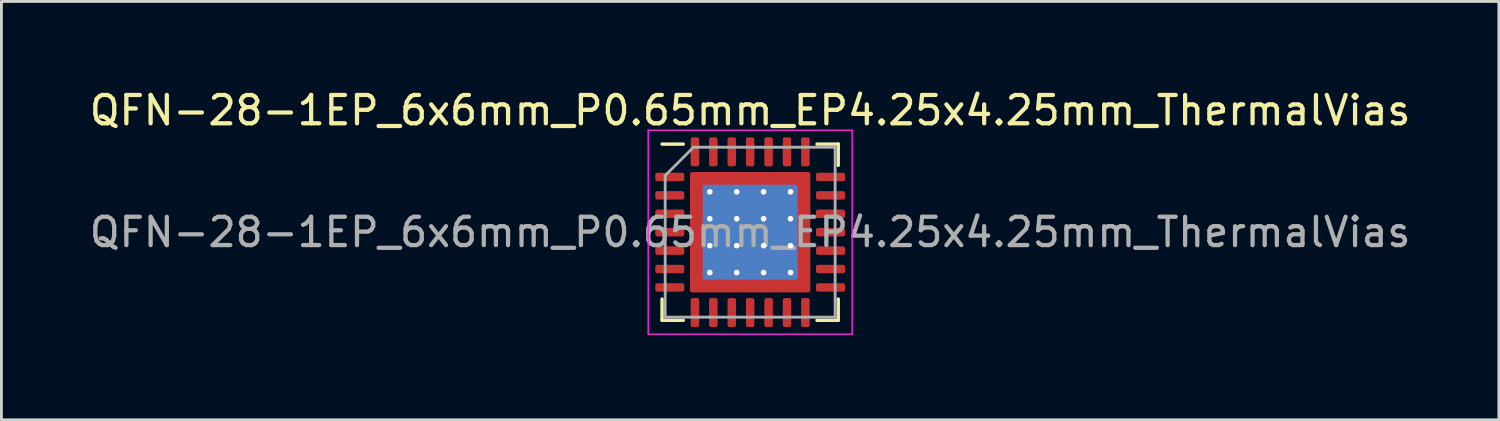
<source format=kicad_pcb>
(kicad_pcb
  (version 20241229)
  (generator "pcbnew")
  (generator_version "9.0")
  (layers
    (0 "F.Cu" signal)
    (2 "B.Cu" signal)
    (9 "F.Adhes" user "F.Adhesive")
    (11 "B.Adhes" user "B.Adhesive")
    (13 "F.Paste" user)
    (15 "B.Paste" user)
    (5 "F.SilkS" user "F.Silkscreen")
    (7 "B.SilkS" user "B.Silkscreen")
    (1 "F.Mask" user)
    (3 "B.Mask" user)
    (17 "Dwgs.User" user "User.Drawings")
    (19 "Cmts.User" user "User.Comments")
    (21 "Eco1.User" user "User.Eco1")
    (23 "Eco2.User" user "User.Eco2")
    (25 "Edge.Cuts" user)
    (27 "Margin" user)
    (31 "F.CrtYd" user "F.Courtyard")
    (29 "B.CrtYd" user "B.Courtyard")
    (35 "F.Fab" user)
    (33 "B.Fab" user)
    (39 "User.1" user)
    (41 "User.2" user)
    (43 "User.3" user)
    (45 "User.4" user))
  (footprint "QFN-28-1EP_6x6mm_P0.65mm_EP4.25x4.25mm_ThermalVias"
    (layer "F.Cu")
    (at 23.435 5.148)
    (property "Reference" "QFN-28-1EP_6x6mm_P0.65mm_EP4.25x4.25mm_ThermalVias" (at 0 -4.3 0) (layer "F.SilkS") (effects (font (size 1 1) (thickness 0.15))))
    (attr smd)
    (fp_line (start -3.11 3.11) (end -3.11 2.36) (stroke (width 0.12) (type solid)) (layer "F.SilkS"))
    (fp_line (start -2.36 -3.11) (end -3.11 -3.11) (stroke (width 0.12) (type solid)) (layer "F.SilkS"))
    (fp_line (start -2.36 3.11) (end -3.11 3.11) (stroke (width 0.12) (type solid)) (layer "F.SilkS"))
    (fp_line (start 2.36 -3.11) (end 3.11 -3.11) (stroke (width 0.12) (type solid)) (layer "F.SilkS"))
    (fp_line (start 2.36 3.11) (end 3.11 3.11) (stroke (width 0.12) (type solid)) (layer "F.SilkS"))
    (fp_line (start 3.11 -3.11) (end 3.11 -2.36) (stroke (width 0.12) (type solid)) (layer "F.SilkS"))
    (fp_line (start 3.11 3.11) (end 3.11 2.36) (stroke (width 0.12) (type solid)) (layer "F.SilkS"))
    (fp_line (start -3.6 -3.6) (end -3.6 3.6) (stroke (width 0.05) (type solid)) (layer "F.CrtYd"))
    (fp_line (start -3.6 3.6) (end 3.6 3.6) (stroke (width 0.05) (type solid)) (layer "F.CrtYd"))
    (fp_line (start 3.6 -3.6) (end -3.6 -3.6) (stroke (width 0.05) (type solid)) (layer "F.CrtYd"))
    (fp_line (start 3.6 3.6) (end 3.6 -3.6) (stroke (width 0.05) (type solid)) (layer "F.CrtYd"))
    (fp_line (start -3 -2) (end -2 -3) (stroke (width 0.1) (type solid)) (layer "F.Fab"))
    (fp_line (start -3 3) (end -3 -2) (stroke (width 0.1) (type solid)) (layer "F.Fab"))
    (fp_line (start -2 -3) (end 3 -3) (stroke (width 0.1) (type solid)) (layer "F.Fab"))
    (fp_line (start 3 -3) (end 3 3) (stroke (width 0.1) (type solid)) (layer "F.Fab"))
    (fp_line (start 3 3) (end -3 3) (stroke (width 0.1) (type solid)) (layer "F.Fab"))
    (fp_text user "${REFERENCE}" (at 0 0 0) (layer "F.Fab") (effects (font (size 1 1) (thickness 0.15))))
    (pad "" smd custom (at -1.775 -1.775) (size 0.46 0.46) (layers "F.Paste") (options (anchor circle)) (primitives (gr_poly (pts (xy -0.282 -0.282) (xy 0.282 -0.282) (xy 0.282 0.135) (xy 0.135 0.282) (xy -0.282 0.282)) (width 0) (fill yes))))
    (pad "" smd custom (at -1.775 -0.95) (size 0.477 0.477) (layers "F.Paste") (options (anchor circle)) (primitives (gr_poly (pts (xy -0.282 -0.383) (xy 0.159 -0.383) (xy 0.282 -0.26) (xy 0.282 0.26) (xy 0.159 0.383) (xy -0.282 0.383)) (width 0) (fill yes))))
    (pad "" smd custom (at -1.775 0) (size 0.477 0.477) (layers "F.Paste") (options (anchor circle)) (primitives (gr_poly (pts (xy -0.282 -0.383) (xy 0.159 -0.383) (xy 0.282 -0.26) (xy 0.282 0.26) (xy 0.159 0.383) (xy -0.282 0.383)) (width 0) (fill yes))))
    (pad "" smd custom (at -1.775 0.95) (size 0.477 0.477) (layers "F.Paste") (options (anchor circle)) (primitives (gr_poly (pts (xy -0.282 -0.383) (xy 0.159 -0.383) (xy 0.282 -0.26) (xy 0.282 0.26) (xy 0.159 0.383) (xy -0.282 0.383)) (width 0) (fill yes))))
    (pad "" smd custom (at -1.775 1.775) (size 0.46 0.46) (layers "F.Paste") (options (anchor circle)) (primitives (gr_poly (pts (xy -0.282 -0.282) (xy 0.135 -0.282) (xy 0.282 -0.135) (xy 0.282 0.282) (xy -0.282 0.282)) (width 0) (fill yes))))
    (pad "" smd custom (at -0.95 -1.775) (size 0.477 0.477) (layers "F.Paste") (options (anchor circle)) (primitives (gr_poly (pts (xy -0.383 -0.282) (xy 0.383 -0.282) (xy 0.383 0.159) (xy 0.26 0.282) (xy -0.26 0.282) (xy -0.383 0.159)) (width 0) (fill yes))))
    (pad "" smd custom (at -0.95 -0.95) (size 0.696 0.696) (layers "F.Paste") (options (anchor circle)) (primitives (gr_poly (pts (xy -0.383 -0.284) (xy -0.284 -0.383) (xy 0.284 -0.383) (xy 0.383 -0.284) (xy 0.383 0.284) (xy 0.284 0.383) (xy -0.284 0.383) (xy -0.383 0.284)) (width 0) (fill yes))))
    (pad "" smd custom (at -0.95 0) (size 0.696 0.696) (layers "F.Paste") (options (anchor circle)) (primitives (gr_poly (pts (xy -0.383 -0.284) (xy -0.284 -0.383) (xy 0.284 -0.383) (xy 0.383 -0.284) (xy 0.383 0.284) (xy 0.284 0.383) (xy -0.284 0.383) (xy -0.383 0.284)) (width 0) (fill yes))))
    (pad "" smd custom (at -0.95 0.95) (size 0.696 0.696) (layers "F.Paste") (options (anchor circle)) (primitives (gr_poly (pts (xy -0.383 -0.284) (xy -0.284 -0.383) (xy 0.284 -0.383) (xy 0.383 -0.284) (xy 0.383 0.284) (xy 0.284 0.383) (xy -0.284 0.383) (xy -0.383 0.284)) (width 0) (fill yes))))
    (pad "" smd custom (at -0.95 1.775) (size 0.477 0.477) (layers "F.Paste") (options (anchor circle)) (primitives (gr_poly (pts (xy -0.383 -0.159) (xy -0.26 -0.282) (xy 0.26 -0.282) (xy 0.383 -0.159) (xy 0.383 0.282) (xy -0.383 0.282)) (width 0) (fill yes))))
    (pad "" smd custom (at 0 -1.775) (size 0.477 0.477) (layers "F.Paste") (options (anchor circle)) (primitives (gr_poly (pts (xy -0.383 -0.282) (xy 0.383 -0.282) (xy 0.383 0.159) (xy 0.26 0.282) (xy -0.26 0.282) (xy -0.383 0.159)) (width 0) (fill yes))))
    (pad "" smd custom (at 0 -0.95) (size 0.696 0.696) (layers "F.Paste") (options (anchor circle)) (primitives (gr_poly (pts (xy -0.383 -0.284) (xy -0.284 -0.383) (xy 0.284 -0.383) (xy 0.383 -0.284) (xy 0.383 0.284) (xy 0.284 0.383) (xy -0.284 0.383) (xy -0.383 0.284)) (width 0) (fill yes))))
    (pad "" smd custom (at 0 0) (size 0.696 0.696) (layers "F.Paste") (options (anchor circle)) (primitives (gr_poly (pts (xy -0.383 -0.284) (xy -0.284 -0.383) (xy 0.284 -0.383) (xy 0.383 -0.284) (xy 0.383 0.284) (xy 0.284 0.383) (xy -0.284 0.383) (xy -0.383 0.284)) (width 0) (fill yes))))
    (pad "" smd custom (at 0 0.95) (size 0.696 0.696) (layers "F.Paste") (options (anchor circle)) (primitives (gr_poly (pts (xy -0.383 -0.284) (xy -0.284 -0.383) (xy 0.284 -0.383) (xy 0.383 -0.284) (xy 0.383 0.284) (xy 0.284 0.383) (xy -0.284 0.383) (xy -0.383 0.284)) (width 0) (fill yes))))
    (pad "" smd custom (at 0 1.775) (size 0.477 0.477) (layers "F.Paste") (options (anchor circle)) (primitives (gr_poly (pts (xy -0.383 -0.159) (xy -0.26 -0.282) (xy 0.26 -0.282) (xy 0.383 -0.159) (xy 0.383 0.282) (xy -0.383 0.282)) (width 0) (fill yes))))
    (pad "" smd custom (at 0.95 -1.775) (size 0.477 0.477) (layers "F.Paste") (options (anchor circle)) (primitives (gr_poly (pts (xy -0.383 -0.282) (xy 0.383 -0.282) (xy 0.383 0.159) (xy 0.26 0.282) (xy -0.26 0.282) (xy -0.383 0.159)) (width 0) (fill yes))))
    (pad "" smd custom (at 0.95 -0.95) (size 0.696 0.696) (layers "F.Paste") (options (anchor circle)) (primitives (gr_poly (pts (xy -0.383 -0.284) (xy -0.284 -0.383) (xy 0.284 -0.383) (xy 0.383 -0.284) (xy 0.383 0.284) (xy 0.284 0.383) (xy -0.284 0.383) (xy -0.383 0.284)) (width 0) (fill yes))))
    (pad "" smd custom (at 0.95 0) (size 0.696 0.696) (layers "F.Paste") (options (anchor circle)) (primitives (gr_poly (pts (xy -0.383 -0.284) (xy -0.284 -0.383) (xy 0.284 -0.383) (xy 0.383 -0.284) (xy 0.383 0.284) (xy 0.284 0.383) (xy -0.284 0.383) (xy -0.383 0.284)) (width 0) (fill yes))))
    (pad "" smd custom (at 0.95 0.95) (size 0.696 0.696) (layers "F.Paste") (options (anchor circle)) (primitives (gr_poly (pts (xy -0.383 -0.284) (xy -0.284 -0.383) (xy 0.284 -0.383) (xy 0.383 -0.284) (xy 0.383 0.284) (xy 0.284 0.383) (xy -0.284 0.383) (xy -0.383 0.284)) (width 0) (fill yes))))
    (pad "" smd custom (at 0.95 1.775) (size 0.477 0.477) (layers "F.Paste") (options (anchor circle)) (primitives (gr_poly (pts (xy -0.383 -0.159) (xy -0.26 -0.282) (xy 0.26 -0.282) (xy 0.383 -0.159) (xy 0.383 0.282) (xy -0.383 0.282)) (width 0) (fill yes))))
    (pad "" smd custom (at 1.775 -1.775) (size 0.46 0.46) (layers "F.Paste") (options (anchor circle)) (primitives (gr_poly (pts (xy -0.282 -0.282) (xy 0.282 -0.282) (xy 0.282 0.282) (xy -0.135 0.282) (xy -0.282 0.135)) (width 0) (fill yes))))
    (pad "" smd custom (at 1.775 -0.95) (size 0.477 0.477) (layers "F.Paste") (options (anchor circle)) (primitives (gr_poly (pts (xy -0.282 -0.26) (xy -0.159 -0.383) (xy 0.282 -0.383) (xy 0.282 0.383) (xy -0.159 0.383) (xy -0.282 0.26)) (width 0) (fill yes))))
    (pad "" smd custom (at 1.775 0) (size 0.477 0.477) (layers "F.Paste") (options (anchor circle)) (primitives (gr_poly (pts (xy -0.282 -0.26) (xy -0.159 -0.383) (xy 0.282 -0.383) (xy 0.282 0.383) (xy -0.159 0.383) (xy -0.282 0.26)) (width 0) (fill yes))))
    (pad "" smd custom (at 1.775 0.95) (size 0.477 0.477) (layers "F.Paste") (options (anchor circle)) (primitives (gr_poly (pts (xy -0.282 -0.26) (xy -0.159 -0.383) (xy 0.282 -0.383) (xy 0.282 0.383) (xy -0.159 0.383) (xy -0.282 0.26)) (width 0) (fill yes))))
    (pad "" smd custom (at 1.775 1.775) (size 0.46 0.46) (layers "F.Paste") (options (anchor circle)) (primitives (gr_poly (pts (xy -0.282 -0.135) (xy -0.135 -0.282) (xy 0.282 -0.282) (xy 0.282 0.282) (xy -0.282 0.282)) (width 0) (fill yes))))
    (pad "1" smd roundrect (at -2.837 -1.95) (size 1.025 0.3) (layers "F.Cu" "F.Mask" "F.Paste") (roundrect_rratio 0.25))
    (pad "2" smd roundrect (at -2.837 -1.3) (size 1.025 0.3) (layers "F.Cu" "F.Mask" "F.Paste") (roundrect_rratio 0.25))
    (pad "3" smd roundrect (at -2.837 -0.65) (size 1.025 0.3) (layers "F.Cu" "F.Mask" "F.Paste") (roundrect_rratio 0.25))
    (pad "4" smd roundrect (at -2.837 0) (size 1.025 0.3) (layers "F.Cu" "F.Mask" "F.Paste") (roundrect_rratio 0.25))
    (pad "5" smd roundrect (at -2.837 0.65) (size 1.025 0.3) (layers "F.Cu" "F.Mask" "F.Paste") (roundrect_rratio 0.25))
    (pad "6" smd roundrect (at -2.837 1.3) (size 1.025 0.3) (layers "F.Cu" "F.Mask" "F.Paste") (roundrect_rratio 0.25))
    (pad "7" smd roundrect (at -2.837 1.95) (size 1.025 0.3) (layers "F.Cu" "F.Mask" "F.Paste") (roundrect_rratio 0.25))
    (pad "8" smd roundrect (at -1.95 2.837) (size 0.3 1.025) (layers "F.Cu" "F.Mask" "F.Paste") (roundrect_rratio 0.25))
    (pad "9" smd roundrect (at -1.3 2.837) (size 0.3 1.025) (layers "F.Cu" "F.Mask" "F.Paste") (roundrect_rratio 0.25))
    (pad "10" smd roundrect (at -0.65 2.837) (size 0.3 1.025) (layers "F.Cu" "F.Mask" "F.Paste") (roundrect_rratio 0.25))
    (pad "11" smd roundrect (at 0 2.837) (size 0.3 1.025) (layers "F.Cu" "F.Mask" "F.Paste") (roundrect_rratio 0.25))
    (pad "12" smd roundrect (at 0.65 2.837) (size 0.3 1.025) (layers "F.Cu" "F.Mask" "F.Paste") (roundrect_rratio 0.25))
    (pad "13" smd roundrect (at 1.3 2.837) (size 0.3 1.025) (layers "F.Cu" "F.Mask" "F.Paste") (roundrect_rratio 0.25))
    (pad "14" smd roundrect (at 1.95 2.837) (size 0.3 1.025) (layers "F.Cu" "F.Mask" "F.Paste") (roundrect_rratio 0.25))
    (pad "15" smd roundrect (at 2.837 1.95) (size 1.025 0.3) (layers "F.Cu" "F.Mask" "F.Paste") (roundrect_rratio 0.25))
    (pad "16" smd roundrect (at 2.837 1.3) (size 1.025 0.3) (layers "F.Cu" "F.Mask" "F.Paste") (roundrect_rratio 0.25))
    (pad "17" smd roundrect (at 2.837 0.65) (size 1.025 0.3) (layers "F.Cu" "F.Mask" "F.Paste") (roundrect_rratio 0.25))
    (pad "18" smd roundrect (at 2.837 0) (size 1.025 0.3) (layers "F.Cu" "F.Mask" "F.Paste") (roundrect_rratio 0.25))
    (pad "19" smd roundrect (at 2.837 -0.65) (size 1.025 0.3) (layers "F.Cu" "F.Mask" "F.Paste") (roundrect_rratio 0.25))
    (pad "20" smd roundrect (at 2.837 -1.3) (size 1.025 0.3) (layers "F.Cu" "F.Mask" "F.Paste") (roundrect_rratio 0.25))
    (pad "21" smd roundrect (at 2.837 -1.95) (size 1.025 0.3) (layers "F.Cu" "F.Mask" "F.Paste") (roundrect_rratio 0.25))
    (pad "22" smd roundrect (at 1.95 -2.837) (size 0.3 1.025) (layers "F.Cu" "F.Mask" "F.Paste") (roundrect_rratio 0.25))
    (pad "23" smd roundrect (at 1.3 -2.837) (size 0.3 1.025) (layers "F.Cu" "F.Mask" "F.Paste") (roundrect_rratio 0.25))
    (pad "24" smd roundrect (at 0.65 -2.837) (size 0.3 1.025) (layers "F.Cu" "F.Mask" "F.Paste") (roundrect_rratio 0.25))
    (pad "25" smd roundrect (at 0 -2.837) (size 0.3 1.025) (layers "F.Cu" "F.Mask" "F.Paste") (roundrect_rratio 0.25))
    (pad "26" smd roundrect (at -0.65 -2.837) (size 0.3 1.025) (layers "F.Cu" "F.Mask" "F.Paste") (roundrect_rratio 0.25))
    (pad "27" smd roundrect (at -1.3 -2.837) (size 0.3 1.025) (layers "F.Cu" "F.Mask" "F.Paste") (roundrect_rratio 0.25))
    (pad "28" smd roundrect (at -1.95 -2.837) (size 0.3 1.025) (layers "F.Cu" "F.Mask" "F.Paste") (roundrect_rratio 0.25))
    (pad "29" thru_hole circle (at -1.425 -1.425) (size 0.5 0.5) (drill 0.2) (layers "*.Cu"))
    (pad "29" thru_hole circle (at -1.425 -0.475) (size 0.5 0.5) (drill 0.2) (layers "*.Cu"))
    (pad "29" thru_hole circle (at -1.425 0.475) (size 0.5 0.5) (drill 0.2) (layers "*.Cu"))
    (pad "29" thru_hole circle (at -1.425 1.425) (size 0.5 0.5) (drill 0.2) (layers "*.Cu"))
    (pad "29" thru_hole circle (at -0.475 -1.425) (size 0.5 0.5) (drill 0.2) (layers "*.Cu"))
    (pad "29" thru_hole circle (at -0.475 -0.475) (size 0.5 0.5) (drill 0.2) (layers "*.Cu"))
    (pad "29" thru_hole circle (at -0.475 0.475) (size 0.5 0.5) (drill 0.2) (layers "*.Cu"))
    (pad "29" thru_hole circle (at -0.475 1.425) (size 0.5 0.5) (drill 0.2) (layers "*.Cu"))
    (pad "29" smd roundrect (at 0 0) (size 3.35 3.35) (layers "B.Cu") (roundrect_rratio 0.022))
    (pad "29" smd roundrect (at 0 0) (size 4.25 4.25) (layers "F.Cu" "F.Mask") (roundrect_rratio 0.018))
    (pad "29" thru_hole circle (at 0.475 -1.425) (size 0.5 0.5) (drill 0.2) (layers "*.Cu"))
    (pad "29" thru_hole circle (at 0.475 -0.475) (size 0.5 0.5) (drill 0.2) (layers "*.Cu"))
    (pad "29" thru_hole circle (at 0.475 0.475) (size 0.5 0.5) (drill 0.2) (layers "*.Cu"))
    (pad "29" thru_hole circle (at 0.475 1.425) (size 0.5 0.5) (drill 0.2) (layers "*.Cu"))
    (pad "29" thru_hole circle (at 1.425 -1.425) (size 0.5 0.5) (drill 0.2) (layers "*.Cu"))
    (pad "29" thru_hole circle (at 1.425 -0.475) (size 0.5 0.5) (drill 0.2) (layers "*.Cu"))
    (pad "29" thru_hole circle (at 1.425 0.475) (size 0.5 0.5) (drill 0.2) (layers "*.Cu"))
    (pad "29" thru_hole circle (at 1.425 1.425) (size 0.5 0.5) (drill 0.2) (layers "*.Cu")))
  (gr_rect
    (start -3 -3)
    (end 49.869 11.773)
    (stroke (width 0.1) (type default))
    (fill no)
    (layer "Edge.Cuts")))
</source>
